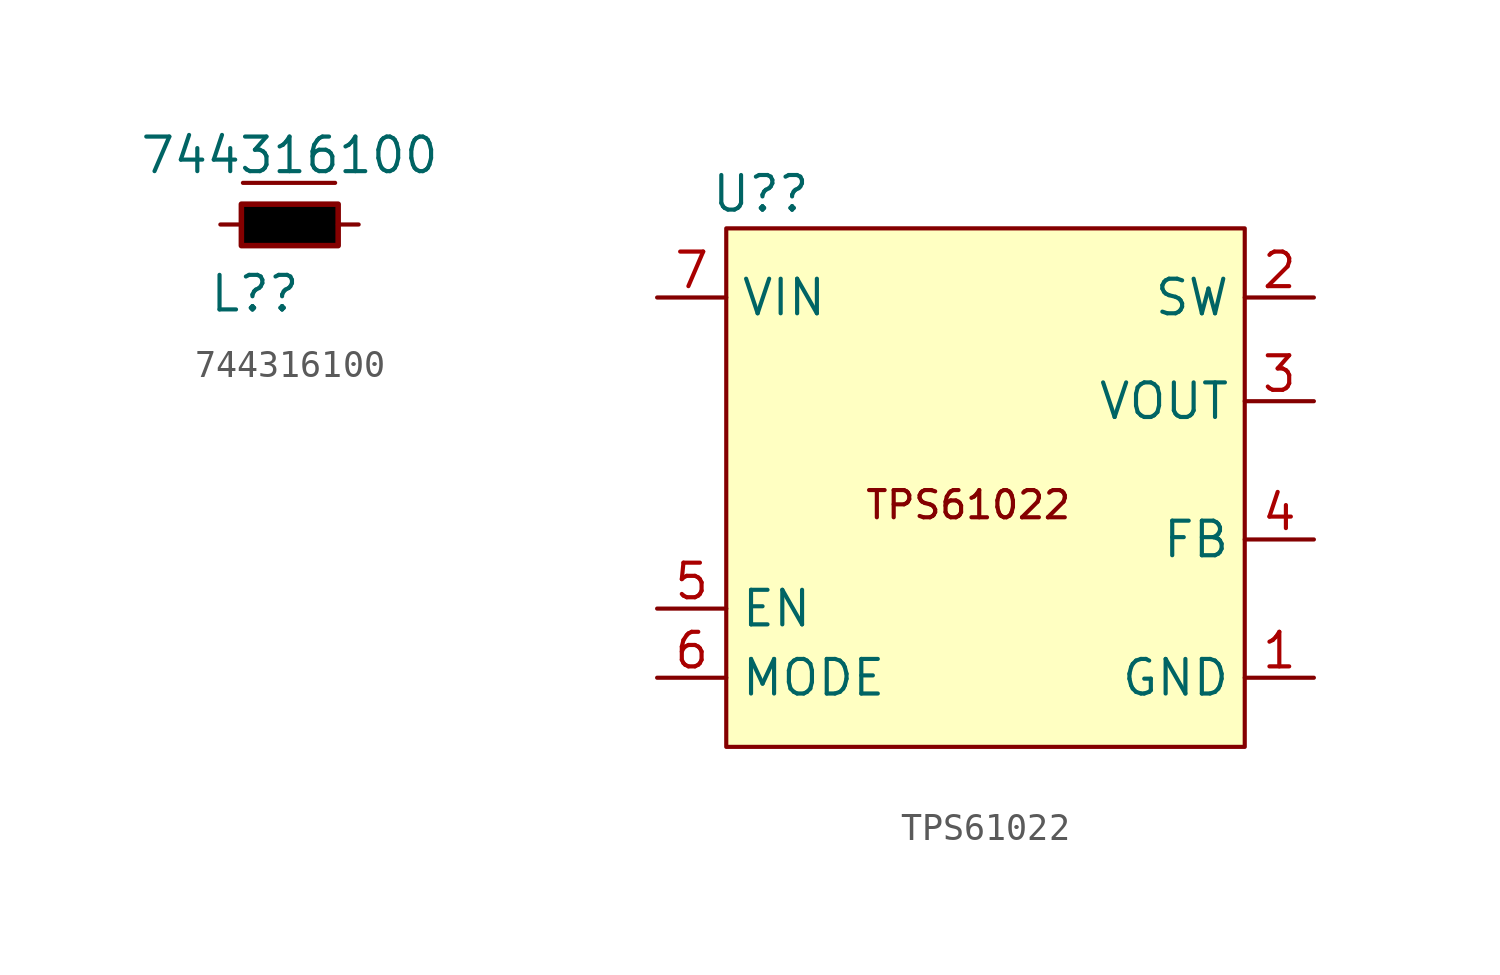
<source format=kicad_sym>
(kicad_symbol_lib
  (version 20220914)
  (generator kicad_symbol_editor)
  (symbol "744316100"
    (pin_numbers hide)
    (property "Reference" "L?"
      (at -1.27 -2.54 0)
      (effects (font (size 1.27 1.27))))
    (property "Value" "744316100"
      (at 0 2.54 0)
      (effects (font (size 1.27 1.27))))
    (symbol "744316100_1_1"
      (rectangle (start -1.768 0.747) (end 1.788 -0.777) (stroke (width 0.203) (type default)) (fill (type color) (color 0 0 0 1)))
      (polyline (pts (xy -1.711 1.53) (xy 1.676 1.53)) (stroke (width 0) (type default)) (fill (type none)))
      (pin passive line (at -2.54 0 0) (length 0.762) (name "~" (effects (font (size 1.27 1.27)))) (number "1" (effects (font (size 1.27 1.27)))))
      (pin passive line (at 2.54 0 180) (length 0.762) (name "~" (effects (font (size 1.27 1.27)))) (number "2" (effects (font (size 1.27 1.27)))))))
  (symbol "TPS61022"
    (property "Reference" "U?"
      (at -11.43 10.16 0)
      (effects (font (size 1.27 1.27))))
    (property "Value" ""
      (at 0 -3.81 0)
      (effects (font (size 1.27 1.27))))
    (symbol "TPS61022_1_1"
      (rectangle (start -12.7 8.89) (end 6.35 -10.16) (stroke (width 0) (type default)) (fill (type background)))
      (text "TPS61022" (at -3.81 -1.27 0) (effects (font (size 1 1))))
      (pin power_in line (at 8.89 -7.62 180) (length 2.54) (name "GND" (effects (font (size 1.27 1.27)))) (number "1" (effects (font (size 1.27 1.27)))))
      (pin passive line (at 8.89 6.35 180) (length 2.54) (name "SW" (effects (font (size 1.27 1.27)))) (number "2" (effects (font (size 1.27 1.27)))))
      (pin power_out line (at 8.89 2.54 180) (length 2.54) (name "VOUT" (effects (font (size 1.27 1.27)))) (number "3" (effects (font (size 1.27 1.27)))))
      (pin input line (at 8.89 -2.54 180) (length 2.54) (name "FB" (effects (font (size 1.27 1.27)))) (number "4" (effects (font (size 1.27 1.27)))))
      (pin input line (at -15.24 -5.08 0) (length 2.54) (name "EN" (effects (font (size 1.27 1.27)))) (number "5" (effects (font (size 1.27 1.27)))))
      (pin input line (at -15.24 -7.62 0) (length 2.54) (name "MODE" (effects (font (size 1.27 1.27)))) (number "6" (effects (font (size 1.27 1.27)))))
      (pin power_in line (at -15.24 6.35 0) (length 2.54) (name "VIN" (effects (font (size 1.27 1.27)))) (number "7" (effects (font (size 1.27 1.27))))))))
</source>
